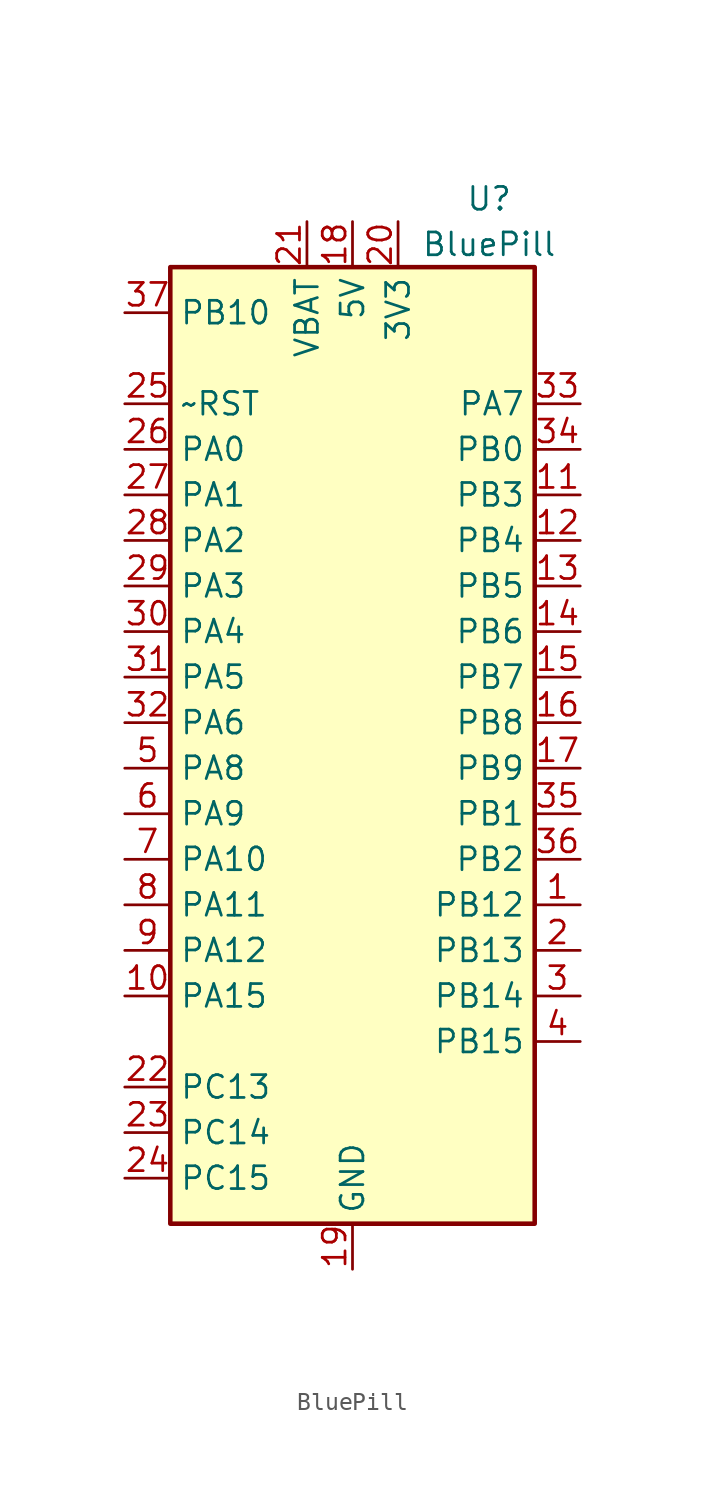
<source format=kicad_sym>
(kicad_symbol_lib
  (version 20211014)
  (generator kicad_symbol_editor)
  (symbol "BluePill"
    (property "Reference" "U"
      (at 7.62 31.75 0)
      (effects (font (size 1.27 1.27))))
    (property "Value" "BluePill"
      (at 7.62 29.21 0)
      (effects (font (size 1.27 1.27))))
    (symbol "BluePill_0_1"
      (rectangle (start -10.16 27.94) (end 10.16 -25.4) (stroke (width 0.254) (type default) (color 0 0 0 0)) (fill (type background))))
    (symbol "BluePill_1_1"
      (pin bidirectional line (at 12.7 -7.62 180) (length 2.54) (name "PB12" (effects (font (size 1.27 1.27)))) (number "1" (effects (font (size 1.27 1.27)))))
      (pin bidirectional line (at -12.7 -12.7 0) (length 2.54) (name "PA15" (effects (font (size 1.27 1.27)))) (number "10" (effects (font (size 1.27 1.27)))))
      (pin bidirectional line (at 12.7 15.24 180) (length 2.54) (name "PB3" (effects (font (size 1.27 1.27)))) (number "11" (effects (font (size 1.27 1.27)))))
      (pin bidirectional line (at 12.7 12.7 180) (length 2.54) (name "PB4" (effects (font (size 1.27 1.27)))) (number "12" (effects (font (size 1.27 1.27)))))
      (pin bidirectional line (at 12.7 10.16 180) (length 2.54) (name "PB5" (effects (font (size 1.27 1.27)))) (number "13" (effects (font (size 1.27 1.27)))))
      (pin bidirectional line (at 12.7 7.62 180) (length 2.54) (name "PB6" (effects (font (size 1.27 1.27)))) (number "14" (effects (font (size 1.27 1.27)))))
      (pin bidirectional line (at 12.7 5.08 180) (length 2.54) (name "PB7" (effects (font (size 1.27 1.27)))) (number "15" (effects (font (size 1.27 1.27)))))
      (pin bidirectional line (at 12.7 2.54 180) (length 2.54) (name "PB8" (effects (font (size 1.27 1.27)))) (number "16" (effects (font (size 1.27 1.27)))))
      (pin bidirectional line (at 12.7 0 180) (length 2.54) (name "PB9" (effects (font (size 1.27 1.27)))) (number "17" (effects (font (size 1.27 1.27)))))
      (pin power_out line (at 0 30.48 270) (length 2.54) (name "5V" (effects (font (size 1.27 1.27)))) (number "18" (effects (font (size 1.27 1.27)))))
      (pin power_in line (at 0 -27.94 90) (length 2.54) (name "GND" (effects (font (size 1.27 1.27)))) (number "19" (effects (font (size 1.27 1.27)))))
      (pin bidirectional line (at 12.7 -10.16 180) (length 2.54) (name "PB13" (effects (font (size 1.27 1.27)))) (number "2" (effects (font (size 1.27 1.27)))))
      (pin power_out line (at 2.54 30.48 270) (length 2.54) (name "3V3" (effects (font (size 1.27 1.27)))) (number "20" (effects (font (size 1.27 1.27)))))
      (pin power_in line (at -2.54 30.48 270) (length 2.54) (name "VBAT" (effects (font (size 1.27 1.27)))) (number "21" (effects (font (size 1.27 1.27)))))
      (pin bidirectional line (at -12.7 -17.78 0) (length 2.54) (name "PC13" (effects (font (size 1.27 1.27)))) (number "22" (effects (font (size 1.27 1.27)))))
      (pin bidirectional line (at -12.7 -20.32 0) (length 2.54) (name "PC14" (effects (font (size 1.27 1.27)))) (number "23" (effects (font (size 1.27 1.27)))))
      (pin bidirectional line (at -12.7 -22.86 0) (length 2.54) (name "PC15" (effects (font (size 1.27 1.27)))) (number "24" (effects (font (size 1.27 1.27)))))
      (pin input line (at -12.7 20.32 0) (length 2.54) (name "~RST" (effects (font (size 1.27 1.27)))) (number "25" (effects (font (size 1.27 1.27)))))
      (pin bidirectional line (at -12.7 17.78 0) (length 2.54) (name "PA0" (effects (font (size 1.27 1.27)))) (number "26" (effects (font (size 1.27 1.27)))))
      (pin bidirectional line (at -12.7 15.24 0) (length 2.54) (name "PA1" (effects (font (size 1.27 1.27)))) (number "27" (effects (font (size 1.27 1.27)))))
      (pin bidirectional line (at -12.7 12.7 0) (length 2.54) (name "PA2" (effects (font (size 1.27 1.27)))) (number "28" (effects (font (size 1.27 1.27)))))
      (pin bidirectional line (at -12.7 10.16 0) (length 2.54) (name "PA3" (effects (font (size 1.27 1.27)))) (number "29" (effects (font (size 1.27 1.27)))))
      (pin bidirectional line (at 12.7 -12.7 180) (length 2.54) (name "PB14" (effects (font (size 1.27 1.27)))) (number "3" (effects (font (size 1.27 1.27)))))
      (pin bidirectional line (at -12.7 7.62 0) (length 2.54) (name "PA4" (effects (font (size 1.27 1.27)))) (number "30" (effects (font (size 1.27 1.27)))))
      (pin bidirectional line (at -12.7 5.08 0) (length 2.54) (name "PA5" (effects (font (size 1.27 1.27)))) (number "31" (effects (font (size 1.27 1.27)))))
      (pin bidirectional line (at -12.7 2.54 0) (length 2.54) (name "PA6" (effects (font (size 1.27 1.27)))) (number "32" (effects (font (size 1.27 1.27)))))
      (pin bidirectional line (at 12.7 20.32 180) (length 2.54) (name "PA7" (effects (font (size 1.27 1.27)))) (number "33" (effects (font (size 1.27 1.27)))))
      (pin bidirectional line (at 12.7 17.78 180) (length 2.54) (name "PB0" (effects (font (size 1.27 1.27)))) (number "34" (effects (font (size 1.27 1.27)))))
      (pin bidirectional line (at 12.7 -2.54 180) (length 2.54) (name "PB1" (effects (font (size 1.27 1.27)))) (number "35" (effects (font (size 1.27 1.27)))))
      (pin bidirectional line (at 12.7 -5.08 180) (length 2.54) (name "PB2" (effects (font (size 1.27 1.27)))) (number "36" (effects (font (size 1.27 1.27)))))
      (pin bidirectional line (at -12.7 25.4 0) (length 2.54) (name "PB10" (effects (font (size 1.27 1.27)))) (number "37" (effects (font (size 1.27 1.27)))))
      (pin passive line (at 2.54 30.48 270) (length 2.54) hide (name "3V3" (effects (font (size 1.27 1.27)))) (number "38" (effects (font (size 1.27 1.27)))))
      (pin passive line (at 0 -27.94 90) (length 2.54) hide (name "GND" (effects (font (size 1.27 1.27)))) (number "39" (effects (font (size 1.27 1.27)))))
      (pin bidirectional line (at 12.7 -15.24 180) (length 2.54) (name "PB15" (effects (font (size 1.27 1.27)))) (number "4" (effects (font (size 1.27 1.27)))))
      (pin power_out line (at 0 -27.94 90) (length 2.54) hide (name "5V" (effects (font (size 1.27 1.27)))) (number "40" (effects (font (size 1.27 1.27)))))
      (pin bidirectional line (at -12.7 0 0) (length 2.54) (name "PA8" (effects (font (size 1.27 1.27)))) (number "5" (effects (font (size 1.27 1.27)))))
      (pin bidirectional line (at -12.7 -2.54 0) (length 2.54) (name "PA9" (effects (font (size 1.27 1.27)))) (number "6" (effects (font (size 1.27 1.27)))))
      (pin bidirectional line (at -12.7 -5.08 0) (length 2.54) (name "PA10" (effects (font (size 1.27 1.27)))) (number "7" (effects (font (size 1.27 1.27)))))
      (pin bidirectional line (at -12.7 -7.62 0) (length 2.54) (name "PA11" (effects (font (size 1.27 1.27)))) (number "8" (effects (font (size 1.27 1.27)))))
      (pin bidirectional line (at -12.7 -10.16 0) (length 2.54) (name "PA12" (effects (font (size 1.27 1.27)))) (number "9" (effects (font (size 1.27 1.27))))))))
</source>
